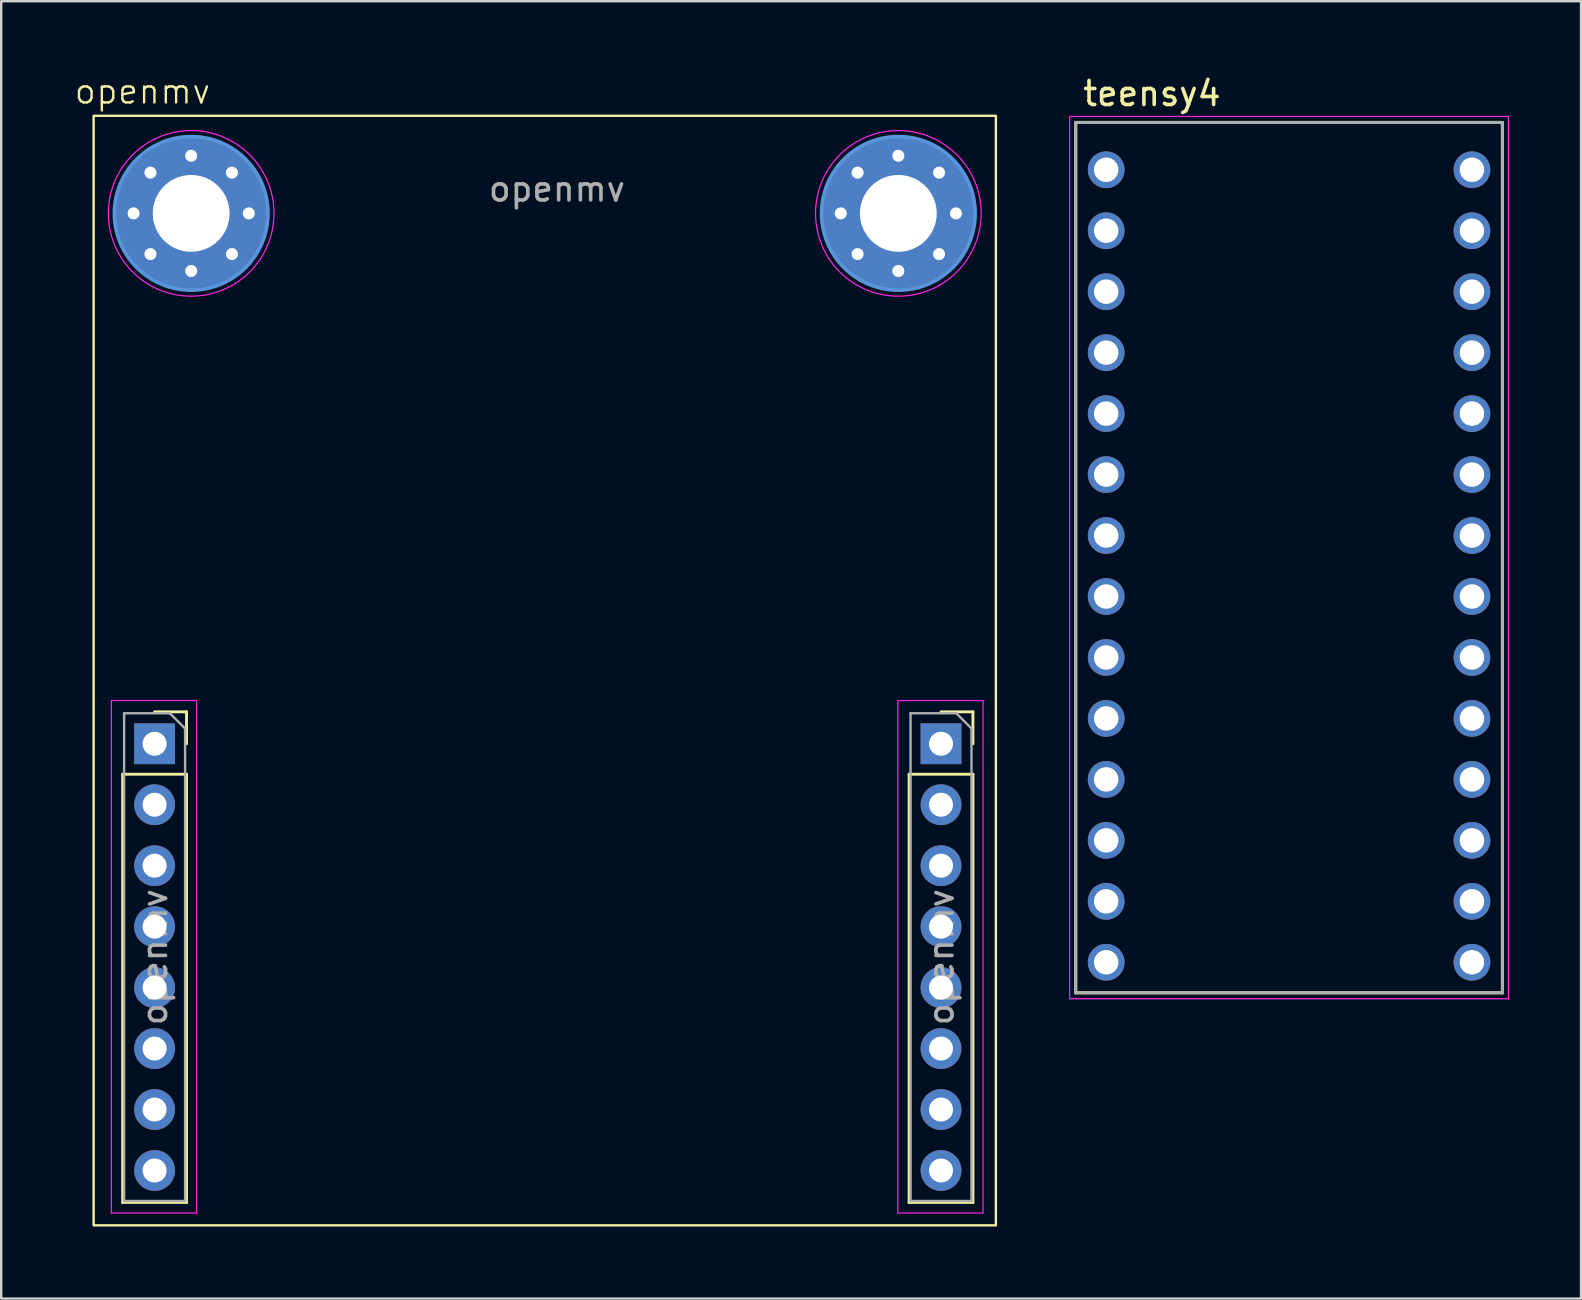
<source format=kicad_pcb>
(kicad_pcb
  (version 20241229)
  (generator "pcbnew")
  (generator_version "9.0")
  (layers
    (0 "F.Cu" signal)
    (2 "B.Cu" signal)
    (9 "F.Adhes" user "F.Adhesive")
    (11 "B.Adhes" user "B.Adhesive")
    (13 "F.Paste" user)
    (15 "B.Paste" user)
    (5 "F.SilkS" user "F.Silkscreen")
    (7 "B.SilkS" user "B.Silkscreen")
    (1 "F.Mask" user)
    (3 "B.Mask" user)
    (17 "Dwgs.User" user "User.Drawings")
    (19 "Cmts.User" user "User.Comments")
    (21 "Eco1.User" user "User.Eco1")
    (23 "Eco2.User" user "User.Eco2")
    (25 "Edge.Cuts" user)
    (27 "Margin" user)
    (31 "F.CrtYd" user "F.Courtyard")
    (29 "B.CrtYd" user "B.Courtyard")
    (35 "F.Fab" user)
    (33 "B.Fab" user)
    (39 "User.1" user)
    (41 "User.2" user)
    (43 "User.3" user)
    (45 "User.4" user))
  (footprint "teensy4"
    (layer "F.Cu")
    (at 50.658 20.533)
    (property "Reference" "teensy4" (at -5.715 -19.685 0) (layer "F.SilkS") (effects (font (size 1 1) (thickness 0.15))))
    (attr through_hole)
    (fp_line (start -8.89 -18.48) (end 8.89 -18.48) (stroke (width 0.127) (type solid)) (layer "F.SilkS"))
    (fp_line (start -8.89 17.78) (end -8.89 -18.48) (stroke (width 0.127) (type solid)) (layer "F.SilkS"))
    (fp_line (start 8.89 -18.48) (end 8.89 17.78) (stroke (width 0.127) (type solid)) (layer "F.SilkS"))
    (fp_line (start 8.89 17.78) (end -8.89 17.78) (stroke (width 0.127) (type solid)) (layer "F.SilkS"))
    (fp_line (start -9.14 -18.73) (end 9.14 -18.73) (stroke (width 0.05) (type solid)) (layer "F.CrtYd"))
    (fp_line (start -9.14 18.03) (end -9.14 -18.73) (stroke (width 0.05) (type solid)) (layer "F.CrtYd"))
    (fp_line (start 9.14 -18.73) (end 9.14 18.03) (stroke (width 0.05) (type solid)) (layer "F.CrtYd"))
    (fp_line (start 9.14 18.03) (end -9.14 18.03) (stroke (width 0.05) (type solid)) (layer "F.CrtYd"))
    (fp_line (start -8.89 -18.48) (end 8.89 -18.48) (stroke (width 0.127) (type solid)) (layer "F.Fab"))
    (fp_line (start -8.89 17.78) (end -8.89 -18.48) (stroke (width 0.127) (type solid)) (layer "F.Fab"))
    (fp_line (start 8.89 -18.48) (end 8.89 17.78) (stroke (width 0.127) (type solid)) (layer "F.Fab"))
    (fp_line (start 8.89 17.78) (end -8.89 17.78) (stroke (width 0.127) (type solid)) (layer "F.Fab"))
    (pad "0" thru_hole circle (at -7.62 -13.97) (size 1.53 1.53) (drill 1.02) (layers "*.Cu" "*.Mask"))
    (pad "1" thru_hole circle (at -7.62 -11.43) (size 1.53 1.53) (drill 1.02) (layers "*.Cu" "*.Mask"))
    (pad "2" thru_hole circle (at -7.62 -8.89) (size 1.53 1.53) (drill 1.02) (layers "*.Cu" "*.Mask"))
    (pad "3" thru_hole circle (at -7.62 -6.35) (size 1.53 1.53) (drill 1.02) (layers "*.Cu" "*.Mask"))
    (pad "3.3V_2" thru_hole circle (at 7.62 -11.43) (size 1.53 1.53) (drill 1.02) (layers "*.Cu" "*.Mask"))
    (pad "4" thru_hole circle (at -7.62 -3.81) (size 1.53 1.53) (drill 1.02) (layers "*.Cu" "*.Mask"))
    (pad "5" thru_hole circle (at -7.62 -1.27) (size 1.53 1.53) (drill 1.02) (layers "*.Cu" "*.Mask"))
    (pad "6" thru_hole circle (at -7.62 1.27) (size 1.53 1.53) (drill 1.02) (layers "*.Cu" "*.Mask"))
    (pad "7" thru_hole circle (at -7.62 3.81) (size 1.53 1.53) (drill 1.02) (layers "*.Cu" "*.Mask"))
    (pad "8" thru_hole circle (at -7.62 6.35) (size 1.53 1.53) (drill 1.02) (layers "*.Cu" "*.Mask"))
    (pad "9" thru_hole circle (at -7.62 8.89) (size 1.53 1.53) (drill 1.02) (layers "*.Cu" "*.Mask"))
    (pad "10" thru_hole circle (at -7.62 11.43) (size 1.53 1.53) (drill 1.02) (layers "*.Cu" "*.Mask"))
    (pad "11" thru_hole circle (at -7.62 13.97) (size 1.53 1.53) (drill 1.02) (layers "*.Cu" "*.Mask"))
    (pad "12" thru_hole circle (at -7.62 16.51) (size 1.53 1.53) (drill 1.02) (layers "*.Cu" "*.Mask"))
    (pad "13" thru_hole circle (at 7.62 16.51) (size 1.53 1.53) (drill 1.02) (layers "*.Cu" "*.Mask"))
    (pad "14" thru_hole circle (at 7.62 13.97) (size 1.53 1.53) (drill 1.02) (layers "*.Cu" "*.Mask"))
    (pad "15" thru_hole circle (at 7.62 11.43) (size 1.53 1.53) (drill 1.02) (layers "*.Cu" "*.Mask"))
    (pad "16" thru_hole circle (at 7.62 8.89) (size 1.53 1.53) (drill 1.02) (layers "*.Cu" "*.Mask"))
    (pad "17" thru_hole circle (at 7.62 6.35) (size 1.53 1.53) (drill 1.02) (layers "*.Cu" "*.Mask"))
    (pad "18" thru_hole circle (at 7.62 3.81) (size 1.53 1.53) (drill 1.02) (layers "*.Cu" "*.Mask"))
    (pad "19" thru_hole circle (at 7.62 1.27) (size 1.53 1.53) (drill 1.02) (layers "*.Cu" "*.Mask"))
    (pad "20" thru_hole circle (at 7.62 -1.27) (size 1.53 1.53) (drill 1.02) (layers "*.Cu" "*.Mask"))
    (pad "21" thru_hole circle (at 7.62 -3.81) (size 1.53 1.53) (drill 1.02) (layers "*.Cu" "*.Mask"))
    (pad "22" thru_hole circle (at 7.62 -6.35) (size 1.53 1.53) (drill 1.02) (layers "*.Cu" "*.Mask"))
    (pad "23" thru_hole circle (at 7.62 -8.89) (size 1.53 1.53) (drill 1.02) (layers "*.Cu" "*.Mask"))
    (pad "G1" thru_hole circle (at -7.62 -16.51) (size 1.53 1.53) (drill 1.02) (layers "*.Cu" "*.Mask"))
    (pad "G3" thru_hole circle (at 7.62 -13.97) (size 1.53 1.53) (drill 1.02) (layers "*.Cu" "*.Mask"))
    (pad "VIN" thru_hole circle (at 7.62 -16.51) (size 1.53 1.53) (drill 1.02) (layers "*.Cu" "*.Mask")))
  (footprint "openmv"
    (layer "F.Cu")
    (at 19.647 5.332)
    (property "Reference" "openmv" (at -16.764 -4.572 0) (unlocked yes) (layer "F.SilkS") (effects (font (size 1 1) (thickness 0.1))))
    (attr smd)
    (fp_line (start -17.586 23.876) (end -17.586 41.716) (stroke (width 0.12) (type solid)) (layer "F.SilkS"))
    (fp_line (start -17.586 23.876) (end -14.926 23.876) (stroke (width 0.12) (type solid)) (layer "F.SilkS"))
    (fp_line (start -17.586 41.716) (end -14.926 41.716) (stroke (width 0.12) (type solid)) (layer "F.SilkS"))
    (fp_line (start -16.256 21.276) (end -14.926 21.276) (stroke (width 0.12) (type solid)) (layer "F.SilkS"))
    (fp_line (start -14.926 21.276) (end -14.926 22.606) (stroke (width 0.12) (type solid)) (layer "F.SilkS"))
    (fp_line (start -14.926 23.876) (end -14.926 41.716) (stroke (width 0.12) (type solid)) (layer "F.SilkS"))
    (fp_line (start 15.18 23.876) (end 15.18 41.716) (stroke (width 0.12) (type solid)) (layer "F.SilkS"))
    (fp_line (start 15.18 23.876) (end 17.84 23.876) (stroke (width 0.12) (type solid)) (layer "F.SilkS"))
    (fp_line (start 15.18 41.716) (end 17.84 41.716) (stroke (width 0.12) (type solid)) (layer "F.SilkS"))
    (fp_line (start 16.51 21.276) (end 17.84 21.276) (stroke (width 0.12) (type solid)) (layer "F.SilkS"))
    (fp_line (start 17.84 21.276) (end 17.84 22.606) (stroke (width 0.12) (type solid)) (layer "F.SilkS"))
    (fp_line (start 17.84 23.876) (end 17.84 41.716) (stroke (width 0.12) (type solid)) (layer "F.SilkS"))
    (fp_rect (start -18.796 42.672) (end 18.796 -3.556) (stroke (width 0.1) (type default)) (fill no) (layer "F.SilkS"))
    (fp_circle (center -14.732 0.508) (end -11.532 0.508) (stroke (width 0.15) (type solid)) (fill no) (layer "Cmts.User"))
    (fp_circle (center 14.732 0.508) (end 17.932 0.508) (stroke (width 0.15) (type solid)) (fill no) (layer "Cmts.User"))
    (fp_line (start -18.056 20.806) (end -14.506 20.806) (stroke (width 0.05) (type solid)) (layer "F.CrtYd"))
    (fp_line (start -18.056 42.156) (end -18.056 20.806) (stroke (width 0.05) (type solid)) (layer "F.CrtYd"))
    (fp_line (start -14.506 20.806) (end -14.506 42.156) (stroke (width 0.05) (type solid)) (layer "F.CrtYd"))
    (fp_line (start -14.506 42.156) (end -18.056 42.156) (stroke (width 0.05) (type solid)) (layer "F.CrtYd"))
    (fp_line (start 14.71 20.806) (end 18.26 20.806) (stroke (width 0.05) (type solid)) (layer "F.CrtYd"))
    (fp_line (start 14.71 42.156) (end 14.71 20.806) (stroke (width 0.05) (type solid)) (layer "F.CrtYd"))
    (fp_line (start 18.26 20.806) (end 18.26 42.156) (stroke (width 0.05) (type solid)) (layer "F.CrtYd"))
    (fp_line (start 18.26 42.156) (end 14.71 42.156) (stroke (width 0.05) (type solid)) (layer "F.CrtYd"))
    (fp_circle (center -14.732 0.508) (end -11.282 0.508) (stroke (width 0.05) (type solid)) (fill no) (layer "F.CrtYd"))
    (fp_circle (center 14.732 0.508) (end 18.182 0.508) (stroke (width 0.05) (type solid)) (fill no) (layer "F.CrtYd"))
    (fp_line (start -17.526 21.336) (end -15.621 21.336) (stroke (width 0.1) (type solid)) (layer "F.Fab"))
    (fp_line (start -17.526 41.656) (end -17.526 21.336) (stroke (width 0.1) (type solid)) (layer "F.Fab"))
    (fp_line (start -15.621 21.336) (end -14.986 21.971) (stroke (width 0.1) (type solid)) (layer "F.Fab"))
    (fp_line (start -14.986 21.971) (end -14.986 41.656) (stroke (width 0.1) (type solid)) (layer "F.Fab"))
    (fp_line (start -14.986 41.656) (end -17.526 41.656) (stroke (width 0.1) (type solid)) (layer "F.Fab"))
    (fp_line (start 15.24 21.336) (end 17.145 21.336) (stroke (width 0.1) (type solid)) (layer "F.Fab"))
    (fp_line (start 15.24 41.656) (end 15.24 21.336) (stroke (width 0.1) (type solid)) (layer "F.Fab"))
    (fp_line (start 17.145 21.336) (end 17.78 21.971) (stroke (width 0.1) (type solid)) (layer "F.Fab"))
    (fp_line (start 17.78 21.971) (end 17.78 41.656) (stroke (width 0.1) (type solid)) (layer "F.Fab"))
    (fp_line (start 17.78 41.656) (end 15.24 41.656) (stroke (width 0.1) (type solid)) (layer "F.Fab"))
    (fp_text user "${REFERENCE}" (at -16.256 31.496 90) (layer "F.Fab") (effects (font (size 1 1) (thickness 0.15))))
    (fp_text user "${REFERENCE}" (at 0.508 -0.508 0) (unlocked yes) (layer "F.Fab") (effects (font (size 1 1) (thickness 0.15))))
    (fp_text user "${REFERENCE}" (at 16.51 31.496 90) (layer "F.Fab") (effects (font (size 1 1) (thickness 0.15))))
    (pad "0" thru_hole circle (at -17.132 0.508) (size 0.8 0.8) (drill 0.5) (layers "*.Cu" "*.Mask"))
    (pad "0" thru_hole circle (at -16.429 -1.189) (size 0.8 0.8) (drill 0.5) (layers "*.Cu" "*.Mask"))
    (pad "0" thru_hole circle (at -16.429 2.205) (size 0.8 0.8) (drill 0.5) (layers "*.Cu" "*.Mask"))
    (pad "0" thru_hole circle (at -14.732 -1.892) (size 0.8 0.8) (drill 0.5) (layers "*.Cu" "*.Mask"))
    (pad "0" thru_hole circle (at -14.732 0.508) (size 6.4 6.4) (drill 3.2) (layers "*.Cu" "*.Mask"))
    (pad "0" thru_hole circle (at -14.732 2.908) (size 0.8 0.8) (drill 0.5) (layers "*.Cu" "*.Mask"))
    (pad "0" thru_hole circle (at -13.035 -1.189) (size 0.8 0.8) (drill 0.5) (layers "*.Cu" "*.Mask"))
    (pad "0" thru_hole circle (at -13.035 2.205) (size 0.8 0.8) (drill 0.5) (layers "*.Cu" "*.Mask"))
    (pad "0" thru_hole circle (at -12.332 0.508) (size 0.8 0.8) (drill 0.5) (layers "*.Cu" "*.Mask"))
    (pad "0" thru_hole circle (at 12.332 0.508) (size 0.8 0.8) (drill 0.5) (layers "*.Cu" "*.Mask"))
    (pad "0" thru_hole circle (at 13.035 -1.189) (size 0.8 0.8) (drill 0.5) (layers "*.Cu" "*.Mask"))
    (pad "0" thru_hole circle (at 13.035 2.205) (size 0.8 0.8) (drill 0.5) (layers "*.Cu" "*.Mask"))
    (pad "0" thru_hole circle (at 14.732 -1.892) (size 0.8 0.8) (drill 0.5) (layers "*.Cu" "*.Mask"))
    (pad "0" thru_hole circle (at 14.732 0.508) (size 6.4 6.4) (drill 3.2) (layers "*.Cu" "*.Mask"))
    (pad "0" thru_hole circle (at 14.732 2.908) (size 0.8 0.8) (drill 0.5) (layers "*.Cu" "*.Mask"))
    (pad "0" thru_hole circle (at 16.429 -1.189) (size 0.8 0.8) (drill 0.5) (layers "*.Cu" "*.Mask"))
    (pad "0" thru_hole circle (at 16.429 2.205) (size 0.8 0.8) (drill 0.5) (layers "*.Cu" "*.Mask"))
    (pad "0" thru_hole circle (at 17.132 0.508) (size 0.8 0.8) (drill 0.5) (layers "*.Cu" "*.Mask"))
    (pad "1" thru_hole rect (at -16.256 22.606) (size 1.7 1.7) (drill 1) (layers "*.Cu" "*.Mask"))
    (pad "2" thru_hole oval (at -16.256 25.146) (size 1.7 1.7) (drill 1) (layers "*.Cu" "*.Mask"))
    (pad "3" thru_hole oval (at -16.256 27.686) (size 1.7 1.7) (drill 1) (layers "*.Cu" "*.Mask"))
    (pad "4" thru_hole oval (at -16.256 30.226) (size 1.7 1.7) (drill 1) (layers "*.Cu" "*.Mask"))
    (pad "5" thru_hole oval (at -16.256 32.766) (size 1.7 1.7) (drill 1) (layers "*.Cu" "*.Mask"))
    (pad "6" thru_hole oval (at -16.256 35.306) (size 1.7 1.7) (drill 1) (layers "*.Cu" "*.Mask"))
    (pad "7" thru_hole oval (at -16.256 37.846) (size 1.7 1.7) (drill 1) (layers "*.Cu" "*.Mask"))
    (pad "8" thru_hole oval (at -16.256 40.386) (size 1.7 1.7) (drill 1) (layers "*.Cu" "*.Mask"))
    (pad "9" thru_hole oval (at 16.51 40.386) (size 1.7 1.7) (drill 1) (layers "*.Cu" "*.Mask"))
    (pad "10" thru_hole oval (at 16.51 37.846) (size 1.7 1.7) (drill 1) (layers "*.Cu" "*.Mask"))
    (pad "11" thru_hole oval (at 16.51 35.306) (size 1.7 1.7) (drill 1) (layers "*.Cu" "*.Mask"))
    (pad "12" thru_hole oval (at 16.51 32.766) (size 1.7 1.7) (drill 1) (layers "*.Cu" "*.Mask"))
    (pad "13" thru_hole oval (at 16.51 30.226) (size 1.7 1.7) (drill 1) (layers "*.Cu" "*.Mask"))
    (pad "14" thru_hole oval (at 16.51 27.686) (size 1.7 1.7) (drill 1) (layers "*.Cu" "*.Mask"))
    (pad "15" thru_hole oval (at 16.51 25.146) (size 1.7 1.7) (drill 1) (layers "*.Cu" "*.Mask"))
    (pad "16" thru_hole rect (at 16.51 22.606) (size 1.7 1.7) (drill 1) (layers "*.Cu" "*.Mask")))
  (gr_rect
    (start -3 -3)
    (end 62.823 51.054)
    (stroke (width 0.1) (type default))
    (fill no)
    (layer "Edge.Cuts")))
</source>
